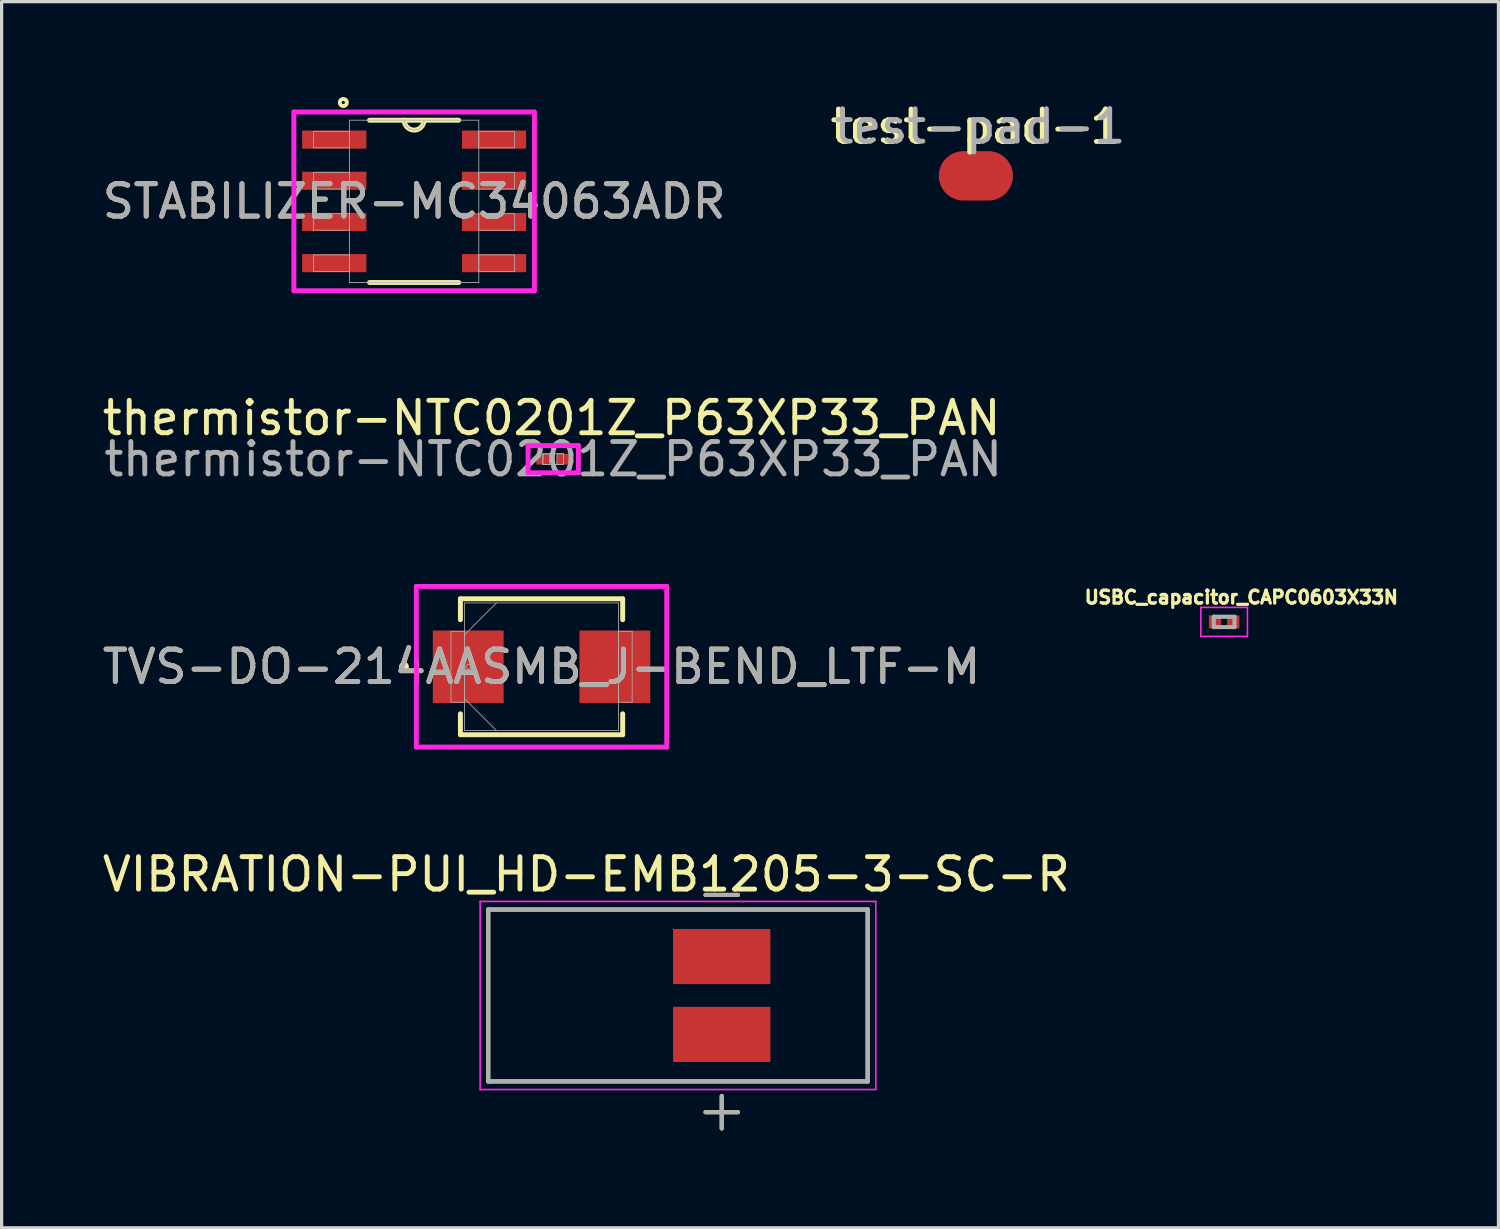
<source format=kicad_pcb>
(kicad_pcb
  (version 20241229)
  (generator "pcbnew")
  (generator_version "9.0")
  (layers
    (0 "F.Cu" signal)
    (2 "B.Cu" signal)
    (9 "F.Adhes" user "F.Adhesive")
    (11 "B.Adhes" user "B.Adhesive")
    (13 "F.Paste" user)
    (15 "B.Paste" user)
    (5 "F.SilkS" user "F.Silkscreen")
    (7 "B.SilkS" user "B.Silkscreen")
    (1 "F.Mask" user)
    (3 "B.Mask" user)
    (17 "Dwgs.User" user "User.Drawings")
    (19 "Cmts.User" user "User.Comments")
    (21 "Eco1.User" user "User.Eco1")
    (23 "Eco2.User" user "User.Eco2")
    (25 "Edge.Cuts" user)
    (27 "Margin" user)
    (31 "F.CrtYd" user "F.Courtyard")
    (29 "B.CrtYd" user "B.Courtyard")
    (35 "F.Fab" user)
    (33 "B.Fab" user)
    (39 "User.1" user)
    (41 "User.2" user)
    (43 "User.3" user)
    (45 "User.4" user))
  (footprint "VIBRATION-PUI_HD-EMB1205-3-SC-R"
    (layer "F.Cu")
    (at 17.855 27.646)
    (property "Reference" "VIBRATION-PUI_HD-EMB1205-3-SC-R" (at -2.825 -3.735 0) (layer "F.SilkS") (effects (font (size 1 1) (thickness 0.15))))
    (attr smd)
    (fp_line (start -5.85 -2.65) (end 5.85 -2.65) (stroke (width 0.127) (type solid)) (layer "F.SilkS"))
    (fp_line (start -5.85 2.65) (end -5.85 -2.65) (stroke (width 0.127) (type solid)) (layer "F.SilkS"))
    (fp_line (start 0.85 -3.1) (end 1.85 -3.1) (stroke (width 0.127) (type solid)) (layer "F.SilkS"))
    (fp_line (start 0.85 3.6) (end 1.85 3.6) (stroke (width 0.127) (type solid)) (layer "F.SilkS"))
    (fp_line (start 1.35 3.1) (end 1.35 4.1) (stroke (width 0.127) (type solid)) (layer "F.SilkS"))
    (fp_line (start 5.85 -2.65) (end 5.85 2.65) (stroke (width 0.127) (type solid)) (layer "F.SilkS"))
    (fp_line (start 5.85 2.65) (end -5.85 2.65) (stroke (width 0.127) (type solid)) (layer "F.SilkS"))
    (fp_line (start -6.1 -2.9) (end 6.1 -2.9) (stroke (width 0.05) (type solid)) (layer "F.CrtYd"))
    (fp_line (start -6.1 2.9) (end -6.1 -2.9) (stroke (width 0.05) (type solid)) (layer "F.CrtYd"))
    (fp_line (start 6.1 -2.9) (end 6.1 2.9) (stroke (width 0.05) (type solid)) (layer "F.CrtYd"))
    (fp_line (start 6.1 2.9) (end -6.1 2.9) (stroke (width 0.05) (type solid)) (layer "F.CrtYd"))
    (fp_line (start -5.85 -2.65) (end 5.85 -2.65) (stroke (width 0.127) (type solid)) (layer "F.Fab"))
    (fp_line (start -5.85 2.65) (end -5.85 -2.65) (stroke (width 0.127) (type solid)) (layer "F.Fab"))
    (fp_line (start 0.85 -3.1) (end 1.85 -3.1) (stroke (width 0.127) (type solid)) (layer "F.Fab"))
    (fp_line (start 0.85 3.6) (end 1.85 3.6) (stroke (width 0.127) (type solid)) (layer "F.Fab"))
    (fp_line (start 1.35 3.1) (end 1.35 4.1) (stroke (width 0.127) (type solid)) (layer "F.Fab"))
    (fp_line (start 5.85 -2.65) (end 5.85 2.65) (stroke (width 0.127) (type solid)) (layer "F.Fab"))
    (fp_line (start 5.85 2.65) (end -5.85 2.65) (stroke (width 0.127) (type solid)) (layer "F.Fab"))
    (pad "N" smd rect (at 1.35 -1.2) (size 3 1.7) (layers "F.Cu" "F.Mask" "F.Paste"))
    (pad "P" smd rect (at 1.35 1.2) (size 3 1.7) (layers "F.Cu" "F.Mask" "F.Paste")))
  (footprint "USBC_capacitor_CAPC0603X33N"
    (layer "F.Cu")
    (at 34.697 16.127)
    (property "Reference" "USBC_capacitor_CAPC0603X33N" (at 0.53 -0.76 0) (layer "F.SilkS") (effects (font (size 0.4 0.4) (thickness 0.1) (bold yes))))
    (attr smd)
    (fp_line (start -0.718 -0.448) (end 0.718 -0.448) (stroke (width 0.05) (type solid)) (layer "F.CrtYd"))
    (fp_line (start -0.718 0.448) (end -0.718 -0.448) (stroke (width 0.05) (type solid)) (layer "F.CrtYd"))
    (fp_line (start -0.718 0.448) (end 0.718 0.448) (stroke (width 0.05) (type solid)) (layer "F.CrtYd"))
    (fp_line (start 0.718 0.448) (end 0.718 -0.448) (stroke (width 0.05) (type solid)) (layer "F.CrtYd"))
    (fp_line (start -0.32 0.16) (end -0.32 -0.16) (stroke (width 0.127) (type solid)) (layer "F.Fab"))
    (fp_line (start 0.32 -0.16) (end -0.32 -0.16) (stroke (width 0.127) (type solid)) (layer "F.Fab"))
    (fp_line (start 0.32 0.16) (end -0.32 0.16) (stroke (width 0.127) (type solid)) (layer "F.Fab"))
    (fp_line (start 0.32 0.16) (end 0.32 -0.16) (stroke (width 0.127) (type solid)) (layer "F.Fab"))
    (pad "1" smd rect (at -0.281 0) (size 0.38 0.4) (layers "F.Cu" "F.Mask" "F.Paste"))
    (pad "2" smd rect (at 0.281 0) (size 0.38 0.4) (layers "F.Cu" "F.Mask" "F.Paste")))
  (footprint "test-pad-1"
    (layer "F.Cu")
    (at 27.042 1.356)
    (property "Reference" "test-pad-1" (at 0 -0.5 0) (unlocked yes) (layer "F.SilkS") (effects (font (size 1 1) (thickness 0.15))))
    (attr smd)
    (fp_text user "${REFERENCE}" (at 0.127 -0.508 0) (unlocked yes) (layer "F.Fab") (effects (font (size 1 1) (thickness 0.15))))
    (pad "1" smd oval (at 0 1.016) (size 2.286 1.524) (layers "F.Cu" "F.Mask" "F.Paste")))
  (footprint "STABILIZER-MC34063ADR"
    (layer "F.Cu")
    (at 9.72 3.159)
    (property "Reference" "STABILIZER-MC34063ADR" (at 0 0 0) (unlocked yes) (layer "F.SilkS") (effects (font (size 1 1) (thickness 0.15))))
    (attr smd)
    (fp_line (start -1.374 2.502) (end 1.374 2.502) (stroke (width 0.152) (type solid)) (layer "F.SilkS"))
    (fp_line (start 1.374 -2.502) (end -1.374 -2.502) (stroke (width 0.152) (type solid)) (layer "F.SilkS"))
    (fp_arc (start 0.3048 -2.5019) (mid 0 -2.1971) (end -0.3048 -2.5019) (stroke (width 0.1524) (type solid)) (layer "F.SilkS"))
    (fp_circle (center -2.184 -3.048) (end -2.134 -3.048) (stroke (width 0.12) (type solid)) (fill no) (layer "F.SilkS"))
    (fp_line (start -3.708 -2.756) (end 3.708 -2.756) (stroke (width 0.152) (type solid)) (layer "F.CrtYd"))
    (fp_line (start -3.708 2.756) (end -3.708 -2.756) (stroke (width 0.152) (type solid)) (layer "F.CrtYd"))
    (fp_line (start 3.708 -2.756) (end 3.708 2.756) (stroke (width 0.152) (type solid)) (layer "F.CrtYd"))
    (fp_line (start 3.708 2.756) (end -3.708 2.756) (stroke (width 0.152) (type solid)) (layer "F.CrtYd"))
    (fp_line (start -3.099 -2.159) (end -3.099 -1.651) (stroke (width 0.025) (type solid)) (layer "F.Fab"))
    (fp_line (start -3.099 -1.651) (end -1.994 -1.651) (stroke (width 0.025) (type solid)) (layer "F.Fab"))
    (fp_line (start -3.099 -0.889) (end -3.099 -0.381) (stroke (width 0.025) (type solid)) (layer "F.Fab"))
    (fp_line (start -3.099 -0.381) (end -1.994 -0.381) (stroke (width 0.025) (type solid)) (layer "F.Fab"))
    (fp_line (start -3.099 0.381) (end -3.099 0.889) (stroke (width 0.025) (type solid)) (layer "F.Fab"))
    (fp_line (start -3.099 0.889) (end -1.994 0.889) (stroke (width 0.025) (type solid)) (layer "F.Fab"))
    (fp_line (start -3.099 1.651) (end -3.099 2.159) (stroke (width 0.025) (type solid)) (layer "F.Fab"))
    (fp_line (start -3.099 2.159) (end -1.994 2.159) (stroke (width 0.025) (type solid)) (layer "F.Fab"))
    (fp_line (start -1.994 -2.502) (end -1.994 2.502) (stroke (width 0.025) (type solid)) (layer "F.Fab"))
    (fp_line (start -1.994 -2.159) (end -3.099 -2.159) (stroke (width 0.025) (type solid)) (layer "F.Fab"))
    (fp_line (start -1.994 -1.651) (end -1.994 -2.159) (stroke (width 0.025) (type solid)) (layer "F.Fab"))
    (fp_line (start -1.994 -0.889) (end -3.099 -0.889) (stroke (width 0.025) (type solid)) (layer "F.Fab"))
    (fp_line (start -1.994 -0.381) (end -1.994 -0.889) (stroke (width 0.025) (type solid)) (layer "F.Fab"))
    (fp_line (start -1.994 0.381) (end -3.099 0.381) (stroke (width 0.025) (type solid)) (layer "F.Fab"))
    (fp_line (start -1.994 0.889) (end -1.994 0.381) (stroke (width 0.025) (type solid)) (layer "F.Fab"))
    (fp_line (start -1.994 1.651) (end -3.099 1.651) (stroke (width 0.025) (type solid)) (layer "F.Fab"))
    (fp_line (start -1.994 2.159) (end -1.994 1.651) (stroke (width 0.025) (type solid)) (layer "F.Fab"))
    (fp_line (start -1.994 2.502) (end 1.994 2.502) (stroke (width 0.025) (type solid)) (layer "F.Fab"))
    (fp_line (start 1.994 -2.502) (end -1.994 -2.502) (stroke (width 0.025) (type solid)) (layer "F.Fab"))
    (fp_line (start 1.994 -2.159) (end 1.994 -1.651) (stroke (width 0.025) (type solid)) (layer "F.Fab"))
    (fp_line (start 1.994 -1.651) (end 3.099 -1.651) (stroke (width 0.025) (type solid)) (layer "F.Fab"))
    (fp_line (start 1.994 -0.889) (end 1.994 -0.381) (stroke (width 0.025) (type solid)) (layer "F.Fab"))
    (fp_line (start 1.994 -0.381) (end 3.099 -0.381) (stroke (width 0.025) (type solid)) (layer "F.Fab"))
    (fp_line (start 1.994 0.381) (end 1.994 0.889) (stroke (width 0.025) (type solid)) (layer "F.Fab"))
    (fp_line (start 1.994 0.889) (end 3.099 0.889) (stroke (width 0.025) (type solid)) (layer "F.Fab"))
    (fp_line (start 1.994 1.651) (end 1.994 2.159) (stroke (width 0.025) (type solid)) (layer "F.Fab"))
    (fp_line (start 1.994 2.159) (end 3.099 2.159) (stroke (width 0.025) (type solid)) (layer "F.Fab"))
    (fp_line (start 1.994 2.502) (end 1.994 -2.502) (stroke (width 0.025) (type solid)) (layer "F.Fab"))
    (fp_line (start 3.099 -2.159) (end 1.994 -2.159) (stroke (width 0.025) (type solid)) (layer "F.Fab"))
    (fp_line (start 3.099 -1.651) (end 3.099 -2.159) (stroke (width 0.025) (type solid)) (layer "F.Fab"))
    (fp_line (start 3.099 -0.889) (end 1.994 -0.889) (stroke (width 0.025) (type solid)) (layer "F.Fab"))
    (fp_line (start 3.099 -0.381) (end 3.099 -0.889) (stroke (width 0.025) (type solid)) (layer "F.Fab"))
    (fp_line (start 3.099 0.381) (end 1.994 0.381) (stroke (width 0.025) (type solid)) (layer "F.Fab"))
    (fp_line (start 3.099 0.889) (end 3.099 0.381) (stroke (width 0.025) (type solid)) (layer "F.Fab"))
    (fp_line (start 3.099 1.651) (end 1.994 1.651) (stroke (width 0.025) (type solid)) (layer "F.Fab"))
    (fp_line (start 3.099 2.159) (end 3.099 1.651) (stroke (width 0.025) (type solid)) (layer "F.Fab"))
    (fp_arc (start 0.3048 -2.5019) (mid 0 -2.1971) (end -0.3048 -2.5019) (stroke (width 0.0254) (type solid)) (layer "F.Fab"))
    (fp_text user "${REFERENCE}" (at 0 0 0) (unlocked yes) (layer "F.Fab") (effects (font (size 1 1) (thickness 0.15))))
    (pad "1" smd rect (at -2.464 -1.905) (size 1.981 0.559) (layers "F.Cu" "F.Mask" "F.Paste"))
    (pad "2" smd rect (at -2.464 -0.635) (size 1.981 0.559) (layers "F.Cu" "F.Mask" "F.Paste"))
    (pad "3" smd rect (at -2.464 0.635) (size 1.981 0.559) (layers "F.Cu" "F.Mask" "F.Paste"))
    (pad "4" smd rect (at -2.464 1.905) (size 1.981 0.559) (layers "F.Cu" "F.Mask" "F.Paste"))
    (pad "5" smd rect (at 2.464 1.905) (size 1.981 0.559) (layers "F.Cu" "F.Mask" "F.Paste"))
    (pad "6" smd rect (at 2.464 0.635) (size 1.981 0.559) (layers "F.Cu" "F.Mask" "F.Paste"))
    (pad "7" smd rect (at 2.464 -0.635) (size 1.981 0.559) (layers "F.Cu" "F.Mask" "F.Paste"))
    (pad "8" smd rect (at 2.464 -1.905) (size 1.981 0.559) (layers "F.Cu" "F.Mask" "F.Paste")))
  (footprint "TVS-DO-214AASMB_J-BEND_LTF-M"
    (layer "F.Cu")
    (at 13.649 17.51)
    (property "Reference" "TVS-DO-214AASMB_J-BEND_LTF-M" (at 0 0 0) (unlocked yes) (layer "F.SilkS") (effects (font (size 1 1) (thickness 0.15))))
    (attr smd)
    (fp_line (start -2.502 -2.095) (end -2.502 -1.45) (stroke (width 0.152) (type solid)) (layer "F.SilkS"))
    (fp_line (start -2.502 1.45) (end -2.502 2.095) (stroke (width 0.152) (type solid)) (layer "F.SilkS"))
    (fp_line (start -2.502 2.095) (end 2.502 2.095) (stroke (width 0.152) (type solid)) (layer "F.SilkS"))
    (fp_line (start 2.502 -2.095) (end -2.502 -2.095) (stroke (width 0.152) (type solid)) (layer "F.SilkS"))
    (fp_line (start 2.502 -1.45) (end 2.502 -2.095) (stroke (width 0.152) (type solid)) (layer "F.SilkS"))
    (fp_line (start 2.502 2.095) (end 2.502 1.45) (stroke (width 0.152) (type solid)) (layer "F.SilkS"))
    (fp_circle (center -4.242 0) (end -4.166 0) (stroke (width 0.152) (type solid)) (fill no) (layer "F.SilkS"))
    (fp_line (start -3.861 -2.477) (end 3.861 -2.477) (stroke (width 0.152) (type solid)) (layer "F.CrtYd"))
    (fp_line (start -3.861 2.477) (end -3.861 -2.477) (stroke (width 0.152) (type solid)) (layer "F.CrtYd"))
    (fp_line (start 3.861 -2.477) (end 3.861 2.477) (stroke (width 0.152) (type solid)) (layer "F.CrtYd"))
    (fp_line (start 3.861 2.477) (end -3.861 2.477) (stroke (width 0.152) (type solid)) (layer "F.CrtYd"))
    (fp_line (start -2.794 -1.092) (end -2.794 1.092) (stroke (width 0.025) (type solid)) (layer "F.Fab"))
    (fp_line (start -2.794 1.092) (end -2.375 1.092) (stroke (width 0.025) (type solid)) (layer "F.Fab"))
    (fp_line (start -2.375 -1.968) (end -2.375 1.968) (stroke (width 0.025) (type solid)) (layer "F.Fab"))
    (fp_line (start -2.375 -1.092) (end -2.794 -1.092) (stroke (width 0.025) (type solid)) (layer "F.Fab"))
    (fp_line (start -2.375 -0.984) (end -1.391 -1.968) (stroke (width 0.025) (type solid)) (layer "F.Fab"))
    (fp_line (start -2.375 0.984) (end -1.391 1.968) (stroke (width 0.025) (type solid)) (layer "F.Fab"))
    (fp_line (start -2.375 1.092) (end -2.375 -1.092) (stroke (width 0.025) (type solid)) (layer "F.Fab"))
    (fp_line (start -2.375 1.968) (end 2.375 1.968) (stroke (width 0.025) (type solid)) (layer "F.Fab"))
    (fp_line (start 2.375 -1.968) (end -2.375 -1.968) (stroke (width 0.025) (type solid)) (layer "F.Fab"))
    (fp_line (start 2.375 -1.092) (end 2.375 1.092) (stroke (width 0.025) (type solid)) (layer "F.Fab"))
    (fp_line (start 2.375 1.092) (end 2.794 1.092) (stroke (width 0.025) (type solid)) (layer "F.Fab"))
    (fp_line (start 2.375 1.968) (end 2.375 -1.968) (stroke (width 0.025) (type solid)) (layer "F.Fab"))
    (fp_line (start 2.794 -1.092) (end 2.375 -1.092) (stroke (width 0.025) (type solid)) (layer "F.Fab"))
    (fp_line (start 2.794 1.092) (end 2.794 -1.092) (stroke (width 0.025) (type solid)) (layer "F.Fab"))
    (fp_circle (center -2.261 0) (end -2.184 0) (stroke (width 0.025) (type solid)) (fill no) (layer "F.Fab"))
    (fp_text user "${REFERENCE}" (at 0 0 0) (unlocked yes) (layer "F.Fab") (effects (font (size 1 1) (thickness 0.15))))
    (pad "1" smd rect (at -2.261 0) (size 2.184 2.235) (layers "F.Cu" "F.Mask" "F.Paste"))
    (pad "2" smd rect (at 2.261 0) (size 2.184 2.235) (layers "F.Cu" "F.Mask" "F.Paste"))
    (zone (net_name "") (layer "F.Cu") (hatch full 0.508) (connect_pads) (min_thickness 0.254) (filled_areas_thickness no) (keepout (tracks not_allowed) (vias not_allowed) (pads allowed) (copperpour not_allowed) (footprints allowed)) (placement (enabled no)) (fill) (polygon (pts (xy 12.531 15.592) (xy 14.766 15.592) (xy 14.766 19.428) (xy 12.531 19.428)))))
  (footprint "thermistor-NTC0201Z_P63XP33_PAN"
    (layer "F.Cu")
    (at 14.009 11.109)
    (property "Reference" "thermistor-NTC0201Z_P63XP33_PAN" (at -0.051 -1.27 0) (unlocked yes) (layer "F.SilkS") (effects (font (size 1 1) (thickness 0.15))))
    (attr smd)
    (fp_line (start -0.775 -0.419) (end 0.775 -0.419) (stroke (width 0.152) (type solid)) (layer "F.CrtYd"))
    (fp_line (start -0.775 0.419) (end -0.775 -0.419) (stroke (width 0.152) (type solid)) (layer "F.CrtYd"))
    (fp_line (start 0.775 -0.419) (end 0.775 0.419) (stroke (width 0.152) (type solid)) (layer "F.CrtYd"))
    (fp_line (start 0.775 0.419) (end -0.775 0.419) (stroke (width 0.152) (type solid)) (layer "F.CrtYd"))
    (fp_line (start -0.318 -0.165) (end -0.318 0.165) (stroke (width 0.025) (type solid)) (layer "F.Fab"))
    (fp_line (start -0.318 -0.165) (end -0.318 0.165) (stroke (width 0.025) (type solid)) (layer "F.Fab"))
    (fp_line (start -0.318 0.165) (end -0.114 0.165) (stroke (width 0.025) (type solid)) (layer "F.Fab"))
    (fp_line (start -0.318 0.165) (end 0.318 0.165) (stroke (width 0.025) (type solid)) (layer "F.Fab"))
    (fp_line (start -0.114 -0.165) (end -0.318 -0.165) (stroke (width 0.025) (type solid)) (layer "F.Fab"))
    (fp_line (start -0.114 0.165) (end -0.114 -0.165) (stroke (width 0.025) (type solid)) (layer "F.Fab"))
    (fp_line (start 0.114 -0.165) (end 0.114 0.165) (stroke (width 0.025) (type solid)) (layer "F.Fab"))
    (fp_line (start 0.114 0.165) (end 0.318 0.165) (stroke (width 0.025) (type solid)) (layer "F.Fab"))
    (fp_line (start 0.318 -0.165) (end -0.318 -0.165) (stroke (width 0.025) (type solid)) (layer "F.Fab"))
    (fp_line (start 0.318 -0.165) (end 0.114 -0.165) (stroke (width 0.025) (type solid)) (layer "F.Fab"))
    (fp_line (start 0.318 0.165) (end 0.318 -0.165) (stroke (width 0.025) (type solid)) (layer "F.Fab"))
    (fp_line (start 0.318 0.165) (end 0.318 -0.165) (stroke (width 0.025) (type solid)) (layer "F.Fab"))
    (fp_text user "${REFERENCE}" (at 0 0 0) (unlocked yes) (layer "F.Fab") (effects (font (size 1 1) (thickness 0.15))))
    (pad "1" smd rect (at -0.318 0) (size 0.406 0.33) (layers "F.Cu" "F.Mask" "F.Paste"))
    (pad "2" smd rect (at 0.318 0) (size 0.406 0.33) (layers "F.Cu" "F.Mask" "F.Paste"))
    (zone (net_name "") (layer "F.Cu") (hatch full 0.508) (connect_pads) (min_thickness 0.254) (filled_areas_thickness no) (keepout (tracks not_allowed) (vias not_allowed) (pads allowed) (copperpour not_allowed) (footprints allowed)) (placement (enabled no)) (fill) (polygon (pts (xy 13.946 10.995) (xy 14.073 10.995) (xy 14.073 11.223) (xy 13.946 11.223)))))
  (gr_rect
    (start -3 -3)
    (end 43.156 34.81)
    (stroke (width 0.1) (type default))
    (fill no)
    (layer "Edge.Cuts")))
</source>
